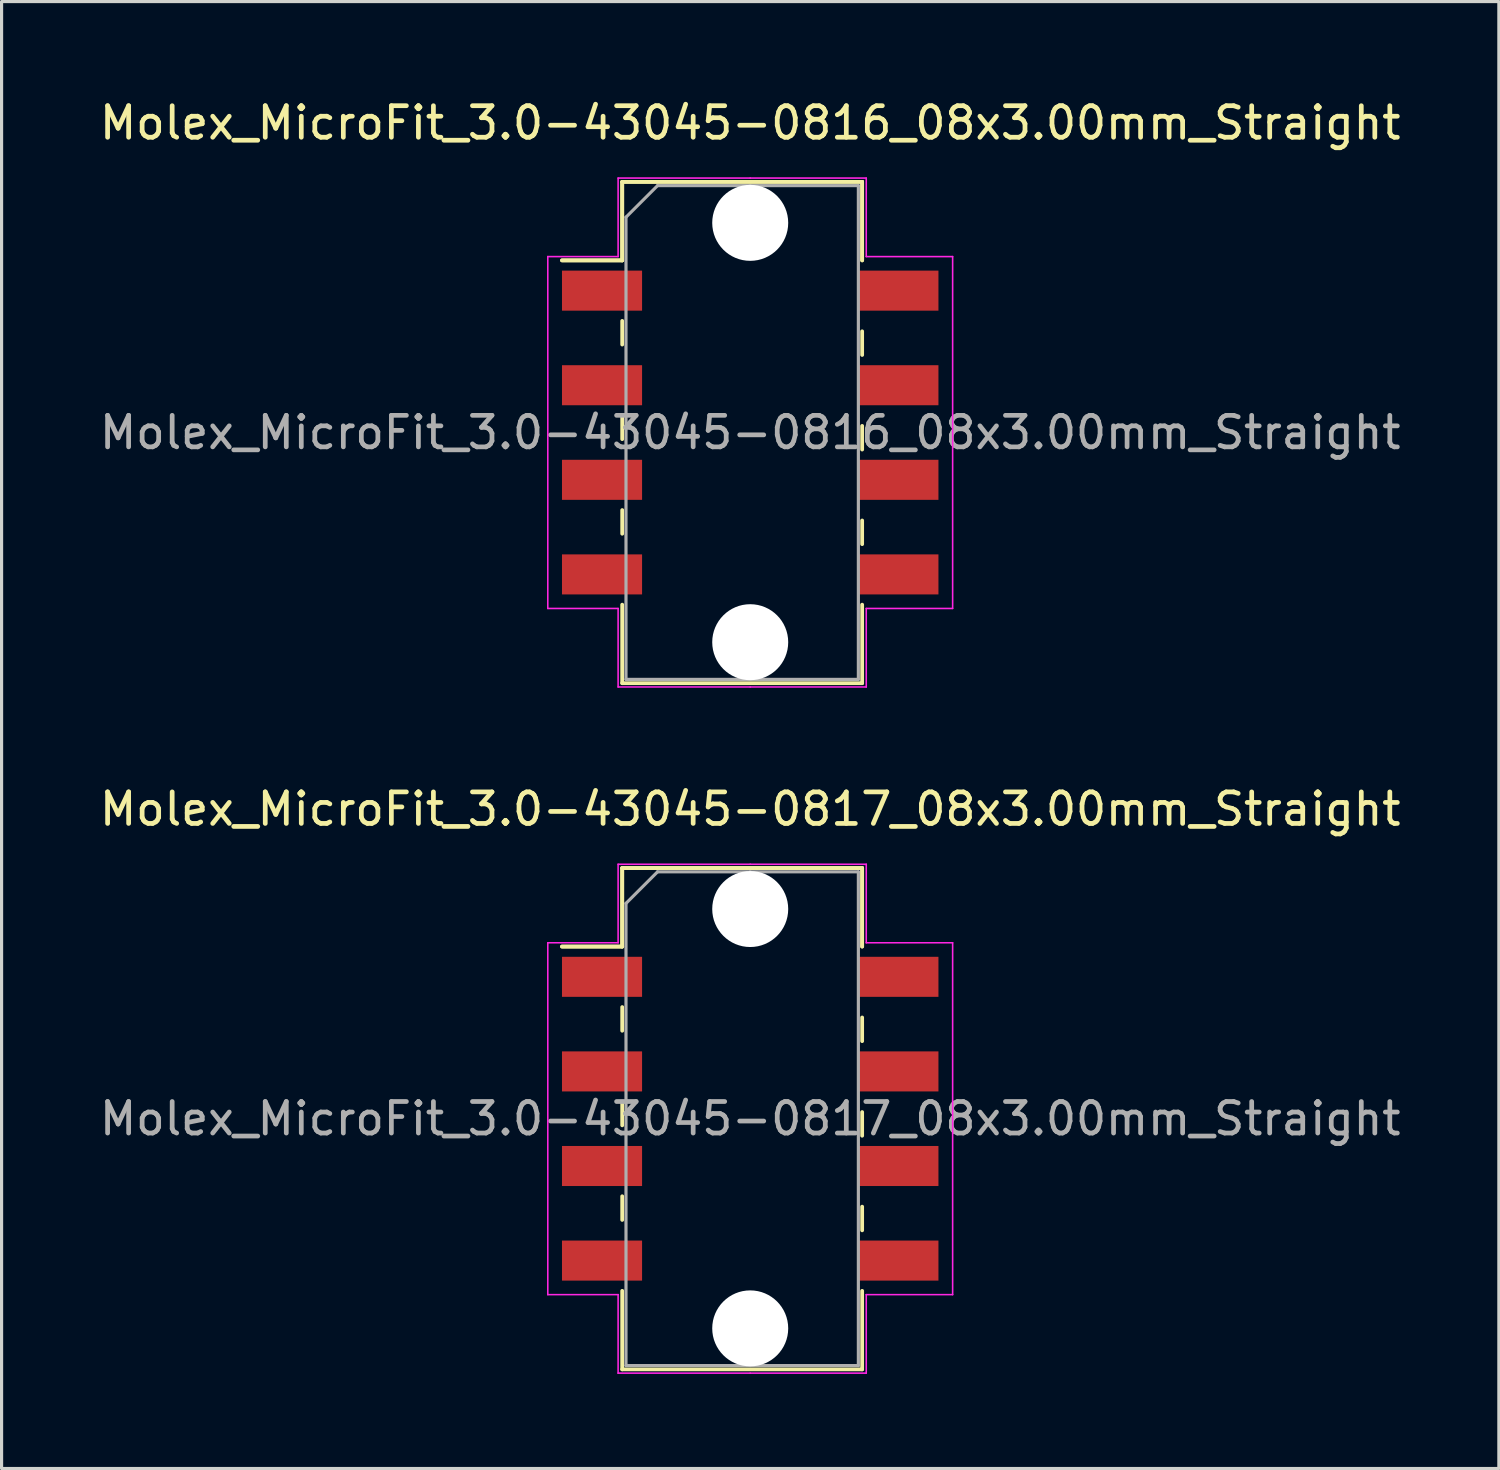
<source format=kicad_pcb>
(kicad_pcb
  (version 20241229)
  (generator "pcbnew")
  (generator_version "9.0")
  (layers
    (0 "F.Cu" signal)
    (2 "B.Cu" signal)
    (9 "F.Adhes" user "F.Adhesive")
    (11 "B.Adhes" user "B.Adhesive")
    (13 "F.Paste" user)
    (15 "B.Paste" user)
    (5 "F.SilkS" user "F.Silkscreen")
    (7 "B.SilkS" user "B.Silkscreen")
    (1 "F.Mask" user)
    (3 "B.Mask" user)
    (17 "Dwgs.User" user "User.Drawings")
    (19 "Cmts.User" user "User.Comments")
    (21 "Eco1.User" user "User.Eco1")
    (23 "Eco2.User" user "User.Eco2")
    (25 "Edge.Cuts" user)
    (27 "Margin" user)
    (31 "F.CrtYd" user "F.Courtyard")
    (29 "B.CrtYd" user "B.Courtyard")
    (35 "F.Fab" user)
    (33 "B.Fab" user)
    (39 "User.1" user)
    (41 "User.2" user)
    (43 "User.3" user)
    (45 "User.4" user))
  (footprint "Molex_MicroFit_3.0-43045-0817_08x3.00mm_Straight"
    (layer "F.Cu")
    (at 20.744 32.431)
    (property "Reference" "Molex_MicroFit_3.0-43045-0817_08x3.00mm_Straight" (at 0 -9.82 0) (layer "F.SilkS") (effects (font (size 1 1) (thickness 0.15))))
    (attr smd)
    (fp_line (start -5.97 -5.46) (end -4.06 -5.46) (stroke (width 0.12) (type solid)) (layer "F.SilkS"))
    (fp_line (start -5.97 -5.46) (end -4.06 -5.46) (stroke (width 0.12) (type solid)) (layer "F.SilkS"))
    (fp_line (start -4.06 -7.95) (end 3.55 -7.95) (stroke (width 0.12) (type solid)) (layer "F.SilkS"))
    (fp_line (start -4.06 -7.95) (end 3.55 -7.95) (stroke (width 0.12) (type solid)) (layer "F.SilkS"))
    (fp_line (start -4.06 -5.46) (end -4.06 -7.95) (stroke (width 0.12) (type solid)) (layer "F.SilkS"))
    (fp_line (start -4.06 -5.46) (end -4.06 -7.95) (stroke (width 0.12) (type solid)) (layer "F.SilkS"))
    (fp_line (start -4.06 -3.54) (end -4.06 -2.79) (stroke (width 0.12) (type solid)) (layer "F.SilkS"))
    (fp_line (start -4.06 -0.54) (end -4.06 0.21) (stroke (width 0.12) (type solid)) (layer "F.SilkS"))
    (fp_line (start -4.06 2.46) (end -4.06 3.21) (stroke (width 0.12) (type solid)) (layer "F.SilkS"))
    (fp_line (start -4.06 7.95) (end -4.06 5.46) (stroke (width 0.12) (type solid)) (layer "F.SilkS"))
    (fp_line (start 3.55 -7.95) (end 3.55 -5.46) (stroke (width 0.12) (type solid)) (layer "F.SilkS"))
    (fp_line (start 3.55 -7.95) (end 3.55 -5.46) (stroke (width 0.12) (type solid)) (layer "F.SilkS"))
    (fp_line (start 3.55 -2.46) (end 3.55 -3.21) (stroke (width 0.12) (type solid)) (layer "F.SilkS"))
    (fp_line (start 3.55 0.54) (end 3.55 -0.21) (stroke (width 0.12) (type solid)) (layer "F.SilkS"))
    (fp_line (start 3.55 3.54) (end 3.55 2.79) (stroke (width 0.12) (type solid)) (layer "F.SilkS"))
    (fp_line (start 3.55 5.46) (end 3.55 7.95) (stroke (width 0.12) (type solid)) (layer "F.SilkS"))
    (fp_line (start 3.55 7.95) (end -4.06 7.95) (stroke (width 0.12) (type solid)) (layer "F.SilkS"))
    (fp_line (start -6.42 -5.58) (end -4.19 -5.58) (stroke (width 0.05) (type solid)) (layer "F.CrtYd"))
    (fp_line (start -6.42 5.58) (end -6.42 -5.58) (stroke (width 0.05) (type solid)) (layer "F.CrtYd"))
    (fp_line (start -4.19 -8.07) (end 0 -8.07) (stroke (width 0.05) (type solid)) (layer "F.CrtYd"))
    (fp_line (start -4.19 -5.58) (end -4.19 -8.07) (stroke (width 0.05) (type solid)) (layer "F.CrtYd"))
    (fp_line (start -4.19 5.58) (end -6.42 5.58) (stroke (width 0.05) (type solid)) (layer "F.CrtYd"))
    (fp_line (start -4.19 8.07) (end -4.19 5.58) (stroke (width 0.05) (type solid)) (layer "F.CrtYd"))
    (fp_line (start 0 -8.07) (end 3.68 -8.07) (stroke (width 0.05) (type solid)) (layer "F.CrtYd"))
    (fp_line (start 0 8.07) (end -4.19 8.07) (stroke (width 0.05) (type solid)) (layer "F.CrtYd"))
    (fp_line (start 3.68 -8.07) (end 3.68 -5.58) (stroke (width 0.05) (type solid)) (layer "F.CrtYd"))
    (fp_line (start 3.68 -5.58) (end 6.42 -5.58) (stroke (width 0.05) (type solid)) (layer "F.CrtYd"))
    (fp_line (start 3.68 5.58) (end 3.68 8.07) (stroke (width 0.05) (type solid)) (layer "F.CrtYd"))
    (fp_line (start 3.68 8.07) (end 0 8.07) (stroke (width 0.05) (type solid)) (layer "F.CrtYd"))
    (fp_line (start 6.42 -5.58) (end 6.42 5.58) (stroke (width 0.05) (type solid)) (layer "F.CrtYd"))
    (fp_line (start 6.42 5.58) (end 3.68 5.58) (stroke (width 0.05) (type solid)) (layer "F.CrtYd"))
    (fp_line (start -3.94 -6.83) (end -2.94 -7.83) (stroke (width 0.1) (type solid)) (layer "F.Fab"))
    (fp_line (start -3.94 7.83) (end -3.94 -6.83) (stroke (width 0.1) (type solid)) (layer "F.Fab"))
    (fp_line (start -2.94 -7.83) (end 0 -7.83) (stroke (width 0.1) (type solid)) (layer "F.Fab"))
    (fp_line (start 0 -7.83) (end 3.43 -7.83) (stroke (width 0.1) (type solid)) (layer "F.Fab"))
    (fp_line (start 0 7.83) (end -3.94 7.83) (stroke (width 0.1) (type solid)) (layer "F.Fab"))
    (fp_line (start 3.43 -7.83) (end 3.43 7.83) (stroke (width 0.1) (type solid)) (layer "F.Fab"))
    (fp_line (start 3.43 7.83) (end 0 7.83) (stroke (width 0.1) (type solid)) (layer "F.Fab"))
    (fp_text user "${REFERENCE}" (at 0 0 0) (layer "F.Fab") (effects (font (size 1 1) (thickness 0.15))))
    (pad "" np_thru_hole circle (at 0 -6.65) (size 2.41 2.41) (drill 2.41) (layers "*.Cu"))
    (pad "" np_thru_hole circle (at 0 6.65) (size 2.41 2.41) (drill 2.41) (layers "*.Cu"))
    (pad "1" smd rect (at -4.7 -4.5) (size 2.54 1.27) (layers "F.Cu" "F.Mask" "F.Paste"))
    (pad "2" smd rect (at -4.7 -1.5) (size 2.54 1.27) (layers "F.Cu" "F.Mask" "F.Paste"))
    (pad "3" smd rect (at -4.7 1.5) (size 2.54 1.27) (layers "F.Cu" "F.Mask" "F.Paste"))
    (pad "4" smd rect (at -4.7 4.5) (size 2.54 1.27) (layers "F.Cu" "F.Mask" "F.Paste"))
    (pad "5" smd rect (at 4.7 4.5) (size 2.54 1.27) (layers "F.Cu" "F.Mask" "F.Paste"))
    (pad "6" smd rect (at 4.7 1.5) (size 2.54 1.27) (layers "F.Cu" "F.Mask" "F.Paste"))
    (pad "7" smd rect (at 4.7 -1.5) (size 2.54 1.27) (layers "F.Cu" "F.Mask" "F.Paste"))
    (pad "8" smd rect (at 4.7 -4.5) (size 2.54 1.27) (layers "F.Cu" "F.Mask" "F.Paste")))
  (footprint "Molex_MicroFit_3.0-43045-0816_08x3.00mm_Straight"
    (layer "F.Cu")
    (at 20.744 10.668)
    (property "Reference" "Molex_MicroFit_3.0-43045-0816_08x3.00mm_Straight" (at 0 -9.82 0) (layer "F.SilkS") (effects (font (size 1 1) (thickness 0.15))))
    (attr smd)
    (fp_line (start -5.97 -5.46) (end -4.06 -5.46) (stroke (width 0.12) (type solid)) (layer "F.SilkS"))
    (fp_line (start -5.97 -5.46) (end -4.06 -5.46) (stroke (width 0.12) (type solid)) (layer "F.SilkS"))
    (fp_line (start -4.06 -7.95) (end 3.55 -7.95) (stroke (width 0.12) (type solid)) (layer "F.SilkS"))
    (fp_line (start -4.06 -7.95) (end 3.55 -7.95) (stroke (width 0.12) (type solid)) (layer "F.SilkS"))
    (fp_line (start -4.06 -5.46) (end -4.06 -7.95) (stroke (width 0.12) (type solid)) (layer "F.SilkS"))
    (fp_line (start -4.06 -5.46) (end -4.06 -7.95) (stroke (width 0.12) (type solid)) (layer "F.SilkS"))
    (fp_line (start -4.06 -3.54) (end -4.06 -2.79) (stroke (width 0.12) (type solid)) (layer "F.SilkS"))
    (fp_line (start -4.06 -0.54) (end -4.06 0.21) (stroke (width 0.12) (type solid)) (layer "F.SilkS"))
    (fp_line (start -4.06 2.46) (end -4.06 3.21) (stroke (width 0.12) (type solid)) (layer "F.SilkS"))
    (fp_line (start -4.06 7.95) (end -4.06 5.46) (stroke (width 0.12) (type solid)) (layer "F.SilkS"))
    (fp_line (start 3.55 -7.95) (end 3.55 -5.46) (stroke (width 0.12) (type solid)) (layer "F.SilkS"))
    (fp_line (start 3.55 -7.95) (end 3.55 -5.46) (stroke (width 0.12) (type solid)) (layer "F.SilkS"))
    (fp_line (start 3.55 -2.46) (end 3.55 -3.21) (stroke (width 0.12) (type solid)) (layer "F.SilkS"))
    (fp_line (start 3.55 0.54) (end 3.55 -0.21) (stroke (width 0.12) (type solid)) (layer "F.SilkS"))
    (fp_line (start 3.55 3.54) (end 3.55 2.79) (stroke (width 0.12) (type solid)) (layer "F.SilkS"))
    (fp_line (start 3.55 5.46) (end 3.55 7.95) (stroke (width 0.12) (type solid)) (layer "F.SilkS"))
    (fp_line (start 3.55 7.95) (end -4.06 7.95) (stroke (width 0.12) (type solid)) (layer "F.SilkS"))
    (fp_line (start -6.42 -5.58) (end -4.19 -5.58) (stroke (width 0.05) (type solid)) (layer "F.CrtYd"))
    (fp_line (start -6.42 5.58) (end -6.42 -5.58) (stroke (width 0.05) (type solid)) (layer "F.CrtYd"))
    (fp_line (start -4.19 -8.07) (end 0 -8.07) (stroke (width 0.05) (type solid)) (layer "F.CrtYd"))
    (fp_line (start -4.19 -5.58) (end -4.19 -8.07) (stroke (width 0.05) (type solid)) (layer "F.CrtYd"))
    (fp_line (start -4.19 5.58) (end -6.42 5.58) (stroke (width 0.05) (type solid)) (layer "F.CrtYd"))
    (fp_line (start -4.19 8.07) (end -4.19 5.58) (stroke (width 0.05) (type solid)) (layer "F.CrtYd"))
    (fp_line (start 0 -8.07) (end 3.68 -8.07) (stroke (width 0.05) (type solid)) (layer "F.CrtYd"))
    (fp_line (start 0 8.07) (end -4.19 8.07) (stroke (width 0.05) (type solid)) (layer "F.CrtYd"))
    (fp_line (start 3.68 -8.07) (end 3.68 -5.58) (stroke (width 0.05) (type solid)) (layer "F.CrtYd"))
    (fp_line (start 3.68 -5.58) (end 6.42 -5.58) (stroke (width 0.05) (type solid)) (layer "F.CrtYd"))
    (fp_line (start 3.68 5.58) (end 3.68 8.07) (stroke (width 0.05) (type solid)) (layer "F.CrtYd"))
    (fp_line (start 3.68 8.07) (end 0 8.07) (stroke (width 0.05) (type solid)) (layer "F.CrtYd"))
    (fp_line (start 6.42 -5.58) (end 6.42 5.58) (stroke (width 0.05) (type solid)) (layer "F.CrtYd"))
    (fp_line (start 6.42 5.58) (end 3.68 5.58) (stroke (width 0.05) (type solid)) (layer "F.CrtYd"))
    (fp_line (start -3.94 -6.83) (end -2.94 -7.83) (stroke (width 0.1) (type solid)) (layer "F.Fab"))
    (fp_line (start -3.94 7.83) (end -3.94 -6.83) (stroke (width 0.1) (type solid)) (layer "F.Fab"))
    (fp_line (start -2.94 -7.83) (end 0 -7.83) (stroke (width 0.1) (type solid)) (layer "F.Fab"))
    (fp_line (start 0 -7.83) (end 3.43 -7.83) (stroke (width 0.1) (type solid)) (layer "F.Fab"))
    (fp_line (start 0 7.83) (end -3.94 7.83) (stroke (width 0.1) (type solid)) (layer "F.Fab"))
    (fp_line (start 3.43 -7.83) (end 3.43 7.83) (stroke (width 0.1) (type solid)) (layer "F.Fab"))
    (fp_line (start 3.43 7.83) (end 0 7.83) (stroke (width 0.1) (type solid)) (layer "F.Fab"))
    (fp_text user "${REFERENCE}" (at 0 0 0) (layer "F.Fab") (effects (font (size 1 1) (thickness 0.15))))
    (pad "" np_thru_hole circle (at 0 -6.65) (size 2.41 2.41) (drill 2.41) (layers "*.Cu"))
    (pad "" np_thru_hole circle (at 0 6.65) (size 2.41 2.41) (drill 2.41) (layers "*.Cu"))
    (pad "1" smd rect (at -4.7 -4.5) (size 2.54 1.27) (layers "F.Cu" "F.Mask" "F.Paste"))
    (pad "2" smd rect (at -4.7 -1.5) (size 2.54 1.27) (layers "F.Cu" "F.Mask" "F.Paste"))
    (pad "3" smd rect (at -4.7 1.5) (size 2.54 1.27) (layers "F.Cu" "F.Mask" "F.Paste"))
    (pad "4" smd rect (at -4.7 4.5) (size 2.54 1.27) (layers "F.Cu" "F.Mask" "F.Paste"))
    (pad "5" smd rect (at 4.7 4.5) (size 2.54 1.27) (layers "F.Cu" "F.Mask" "F.Paste"))
    (pad "6" smd rect (at 4.7 1.5) (size 2.54 1.27) (layers "F.Cu" "F.Mask" "F.Paste"))
    (pad "7" smd rect (at 4.7 -1.5) (size 2.54 1.27) (layers "F.Cu" "F.Mask" "F.Paste"))
    (pad "8" smd rect (at 4.7 -4.5) (size 2.54 1.27) (layers "F.Cu" "F.Mask" "F.Paste")))
  (gr_rect
    (start -3 -3)
    (end 44.488 43.526)
    (stroke (width 0.1) (type default))
    (fill no)
    (layer "Edge.Cuts")))
</source>
